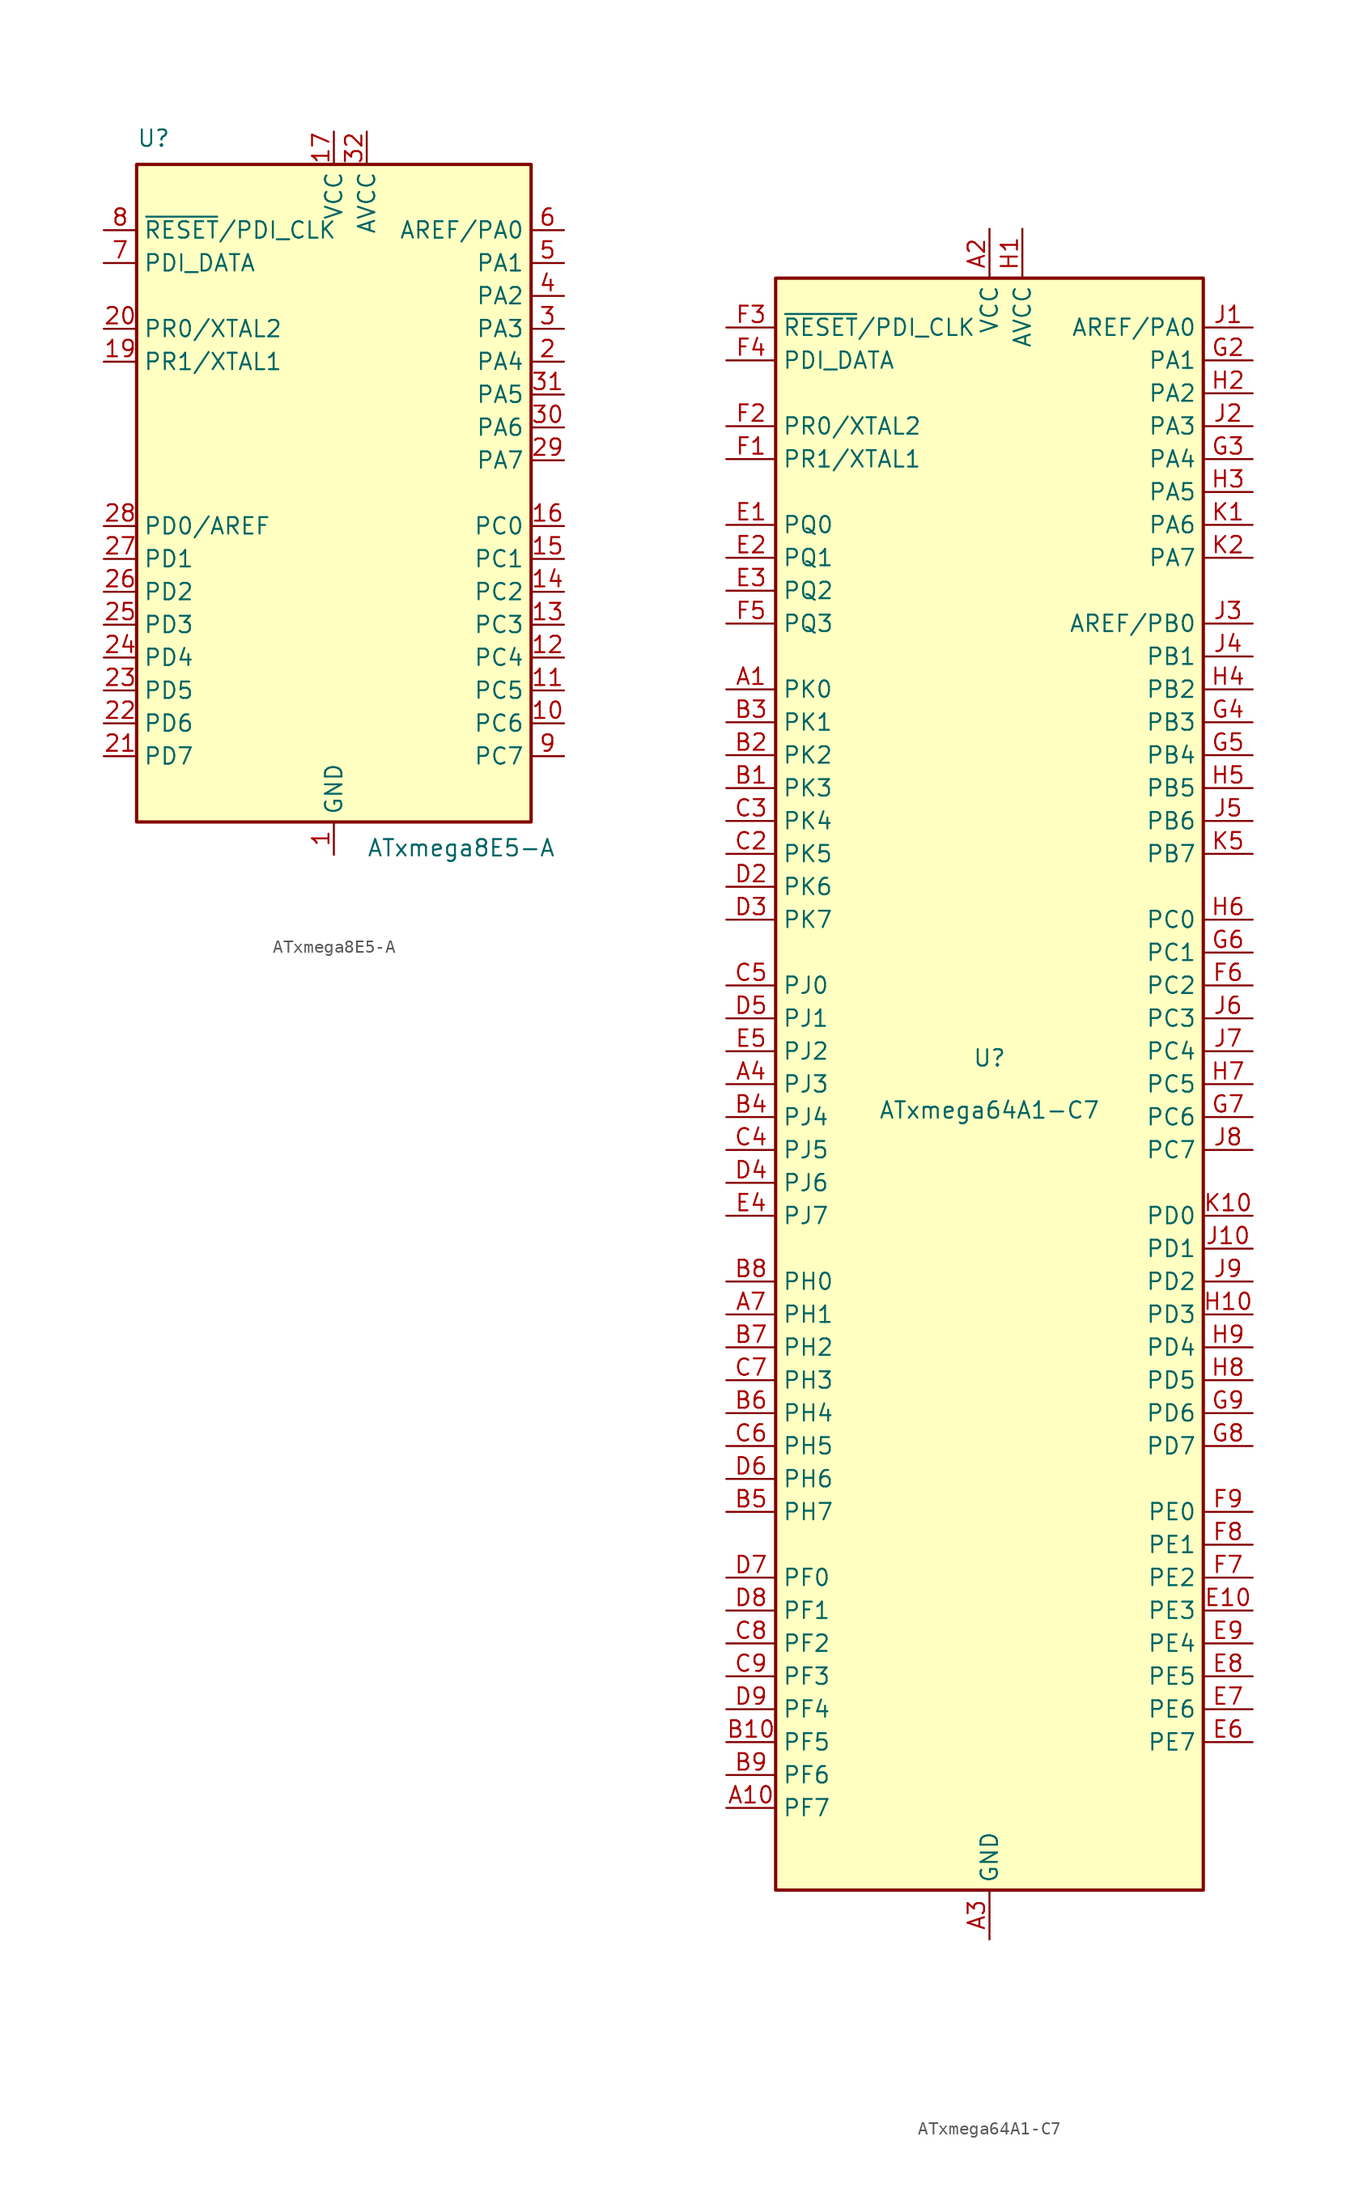
<source format=kicad_sym>
(kicad_symbol_lib
  (version 20201005)
  (generator kicad_symbol_editor)
  (symbol "ATxmega8E5-A"
    (property "Reference" "U"
      (at -15.24 26.67 0)
      (effects (font (size 1.27 1.27)) (justify left bottom)))
    (property "Value" "ATxmega8E5-A"
      (at 2.54 -26.67 0)
      (effects (font (size 1.27 1.27)) (justify left top)))
    (symbol "ATxmega8E5-A_0_1"
      (rectangle (start -15.24 -25.4) (end 15.24 25.4) (stroke (width 0.254)) (fill (type background))))
    (symbol "ATxmega8E5-A_1_1"
      (pin power_in line (at 0 -27.94 90) (length 2.54) (name "GND" (effects (font (size 1.27 1.27)))) (number "1" (effects (font (size 1.27 1.27)))))
      (pin bidirectional line (at 17.78 -17.78 180) (length 2.54) (name "PC6" (effects (font (size 1.27 1.27)))) (number "10" (effects (font (size 1.27 1.27)))))
      (pin bidirectional line (at 17.78 -15.24 180) (length 2.54) (name "PC5" (effects (font (size 1.27 1.27)))) (number "11" (effects (font (size 1.27 1.27)))))
      (pin bidirectional line (at 17.78 -12.7 180) (length 2.54) (name "PC4" (effects (font (size 1.27 1.27)))) (number "12" (effects (font (size 1.27 1.27)))))
      (pin bidirectional line (at 17.78 -10.16 180) (length 2.54) (name "PC3" (effects (font (size 1.27 1.27)))) (number "13" (effects (font (size 1.27 1.27)))))
      (pin bidirectional line (at 17.78 -7.62 180) (length 2.54) (name "PC2" (effects (font (size 1.27 1.27)))) (number "14" (effects (font (size 1.27 1.27)))))
      (pin bidirectional line (at 17.78 -5.08 180) (length 2.54) (name "PC1" (effects (font (size 1.27 1.27)))) (number "15" (effects (font (size 1.27 1.27)))))
      (pin bidirectional line (at 17.78 -2.54 180) (length 2.54) (name "PC0" (effects (font (size 1.27 1.27)))) (number "16" (effects (font (size 1.27 1.27)))))
      (pin power_in line (at 0 27.94 270) (length 2.54) (name "VCC" (effects (font (size 1.27 1.27)))) (number "17" (effects (font (size 1.27 1.27)))))
      (pin passive line (at 0 -27.94 90) (length 2.54) hide (name "GND" (effects (font (size 1.27 1.27)))) (number "18" (effects (font (size 1.27 1.27)))))
      (pin bidirectional line (at -17.78 10.16 0) (length 2.54) (name "PR1/XTAL1" (effects (font (size 1.27 1.27)))) (number "19" (effects (font (size 1.27 1.27)))))
      (pin bidirectional line (at 17.78 10.16 180) (length 2.54) (name "PA4" (effects (font (size 1.27 1.27)))) (number "2" (effects (font (size 1.27 1.27)))))
      (pin bidirectional line (at -17.78 12.7 0) (length 2.54) (name "PR0/XTAL2" (effects (font (size 1.27 1.27)))) (number "20" (effects (font (size 1.27 1.27)))))
      (pin bidirectional line (at -17.78 -20.32 0) (length 2.54) (name "PD7" (effects (font (size 1.27 1.27)))) (number "21" (effects (font (size 1.27 1.27)))))
      (pin bidirectional line (at -17.78 -17.78 0) (length 2.54) (name "PD6" (effects (font (size 1.27 1.27)))) (number "22" (effects (font (size 1.27 1.27)))))
      (pin bidirectional line (at -17.78 -15.24 0) (length 2.54) (name "PD5" (effects (font (size 1.27 1.27)))) (number "23" (effects (font (size 1.27 1.27)))))
      (pin bidirectional line (at -17.78 -12.7 0) (length 2.54) (name "PD4" (effects (font (size 1.27 1.27)))) (number "24" (effects (font (size 1.27 1.27)))))
      (pin bidirectional line (at -17.78 -10.16 0) (length 2.54) (name "PD3" (effects (font (size 1.27 1.27)))) (number "25" (effects (font (size 1.27 1.27)))))
      (pin bidirectional line (at -17.78 -7.62 0) (length 2.54) (name "PD2" (effects (font (size 1.27 1.27)))) (number "26" (effects (font (size 1.27 1.27)))))
      (pin bidirectional line (at -17.78 -5.08 0) (length 2.54) (name "PD1" (effects (font (size 1.27 1.27)))) (number "27" (effects (font (size 1.27 1.27)))))
      (pin bidirectional line (at -17.78 -2.54 0) (length 2.54) (name "PD0/AREF" (effects (font (size 1.27 1.27)))) (number "28" (effects (font (size 1.27 1.27)))))
      (pin bidirectional line (at 17.78 2.54 180) (length 2.54) (name "PA7" (effects (font (size 1.27 1.27)))) (number "29" (effects (font (size 1.27 1.27)))))
      (pin bidirectional line (at 17.78 12.7 180) (length 2.54) (name "PA3" (effects (font (size 1.27 1.27)))) (number "3" (effects (font (size 1.27 1.27)))))
      (pin bidirectional line (at 17.78 5.08 180) (length 2.54) (name "PA6" (effects (font (size 1.27 1.27)))) (number "30" (effects (font (size 1.27 1.27)))))
      (pin bidirectional line (at 17.78 7.62 180) (length 2.54) (name "PA5" (effects (font (size 1.27 1.27)))) (number "31" (effects (font (size 1.27 1.27)))))
      (pin power_in line (at 2.54 27.94 270) (length 2.54) (name "AVCC" (effects (font (size 1.27 1.27)))) (number "32" (effects (font (size 1.27 1.27)))))
      (pin bidirectional line (at 17.78 15.24 180) (length 2.54) (name "PA2" (effects (font (size 1.27 1.27)))) (number "4" (effects (font (size 1.27 1.27)))))
      (pin bidirectional line (at 17.78 17.78 180) (length 2.54) (name "PA1" (effects (font (size 1.27 1.27)))) (number "5" (effects (font (size 1.27 1.27)))))
      (pin bidirectional line (at 17.78 20.32 180) (length 2.54) (name "AREF/PA0" (effects (font (size 1.27 1.27)))) (number "6" (effects (font (size 1.27 1.27)))))
      (pin bidirectional line (at -17.78 17.78 0) (length 2.54) (name "PDI_DATA" (effects (font (size 1.27 1.27)))) (number "7" (effects (font (size 1.27 1.27)))))
      (pin input line (at -17.78 20.32 0) (length 2.54) (name "~RESET~/PDI_CLK" (effects (font (size 1.27 1.27)))) (number "8" (effects (font (size 1.27 1.27)))))
      (pin bidirectional line (at 17.78 -20.32 180) (length 2.54) (name "PC7" (effects (font (size 1.27 1.27)))) (number "9" (effects (font (size 1.27 1.27)))))))
  (symbol "ATxmega64A1-C7"
    (property "Reference" "U"
      (at 0 1.27 0)
      (effects (font (size 1.27 1.27)) (justify bottom)))
    (property "Value" "ATxmega64A1-C7"
      (at 0 -1.27 0)
      (effects (font (size 1.27 1.27)) (justify top)))
    (symbol "ATxmega64A1-C7_0_1"
      (rectangle (start -16.51 -62.23) (end 16.51 62.23) (stroke (width 0.254)) (fill (type background))))
    (symbol "ATxmega64A1-C7_1_1"
      (pin bidirectional line (at -20.32 30.48 0) (length 3.81) (name "PK0" (effects (font (size 1.27 1.27)))) (number "A1" (effects (font (size 1.27 1.27)))))
      (pin bidirectional line (at -20.32 -55.88 0) (length 3.81) (name "PF7" (effects (font (size 1.27 1.27)))) (number "A10" (effects (font (size 1.27 1.27)))))
      (pin power_in line (at 0 66.04 270) (length 3.81) (name "VCC" (effects (font (size 1.27 1.27)))) (number "A2" (effects (font (size 1.27 1.27)))))
      (pin power_in line (at 0 -66.04 90) (length 3.81) (name "GND" (effects (font (size 1.27 1.27)))) (number "A3" (effects (font (size 1.27 1.27)))))
      (pin bidirectional line (at -20.32 0 0) (length 3.81) (name "PJ3" (effects (font (size 1.27 1.27)))) (number "A4" (effects (font (size 1.27 1.27)))))
      (pin passive line (at 0 66.04 270) (length 3.81) hide (name "VCC" (effects (font (size 1.27 1.27)))) (number "A5" (effects (font (size 1.27 1.27)))))
      (pin passive line (at 0 -66.04 90) (length 3.81) hide (name "GND" (effects (font (size 1.27 1.27)))) (number "A6" (effects (font (size 1.27 1.27)))))
      (pin bidirectional line (at -20.32 -17.78 0) (length 3.81) (name "PH1" (effects (font (size 1.27 1.27)))) (number "A7" (effects (font (size 1.27 1.27)))))
      (pin passive line (at 0 -66.04 90) (length 3.81) hide (name "GND" (effects (font (size 1.27 1.27)))) (number "A8" (effects (font (size 1.27 1.27)))))
      (pin passive line (at 0 66.04 270) (length 3.81) hide (name "VCC" (effects (font (size 1.27 1.27)))) (number "A9" (effects (font (size 1.27 1.27)))))
      (pin bidirectional line (at -20.32 22.86 0) (length 3.81) (name "PK3" (effects (font (size 1.27 1.27)))) (number "B1" (effects (font (size 1.27 1.27)))))
      (pin bidirectional line (at -20.32 -50.8 0) (length 3.81) (name "PF5" (effects (font (size 1.27 1.27)))) (number "B10" (effects (font (size 1.27 1.27)))))
      (pin bidirectional line (at -20.32 25.4 0) (length 3.81) (name "PK2" (effects (font (size 1.27 1.27)))) (number "B2" (effects (font (size 1.27 1.27)))))
      (pin bidirectional line (at -20.32 27.94 0) (length 3.81) (name "PK1" (effects (font (size 1.27 1.27)))) (number "B3" (effects (font (size 1.27 1.27)))))
      (pin bidirectional line (at -20.32 -2.54 0) (length 3.81) (name "PJ4" (effects (font (size 1.27 1.27)))) (number "B4" (effects (font (size 1.27 1.27)))))
      (pin bidirectional line (at -20.32 -33.02 0) (length 3.81) (name "PH7" (effects (font (size 1.27 1.27)))) (number "B5" (effects (font (size 1.27 1.27)))))
      (pin bidirectional line (at -20.32 -25.4 0) (length 3.81) (name "PH4" (effects (font (size 1.27 1.27)))) (number "B6" (effects (font (size 1.27 1.27)))))
      (pin bidirectional line (at -20.32 -20.32 0) (length 3.81) (name "PH2" (effects (font (size 1.27 1.27)))) (number "B7" (effects (font (size 1.27 1.27)))))
      (pin bidirectional line (at -20.32 -15.24 0) (length 3.81) (name "PH0" (effects (font (size 1.27 1.27)))) (number "B8" (effects (font (size 1.27 1.27)))))
      (pin bidirectional line (at -20.32 -53.34 0) (length 3.81) (name "PF6" (effects (font (size 1.27 1.27)))) (number "B9" (effects (font (size 1.27 1.27)))))
      (pin passive line (at 0 66.04 270) (length 3.81) hide (name "VCC" (effects (font (size 1.27 1.27)))) (number "C1" (effects (font (size 1.27 1.27)))))
      (pin passive line (at 0 66.04 270) (length 3.81) hide (name "VCC" (effects (font (size 1.27 1.27)))) (number "C10" (effects (font (size 1.27 1.27)))))
      (pin bidirectional line (at -20.32 17.78 0) (length 3.81) (name "PK5" (effects (font (size 1.27 1.27)))) (number "C2" (effects (font (size 1.27 1.27)))))
      (pin bidirectional line (at -20.32 20.32 0) (length 3.81) (name "PK4" (effects (font (size 1.27 1.27)))) (number "C3" (effects (font (size 1.27 1.27)))))
      (pin bidirectional line (at -20.32 -5.08 0) (length 3.81) (name "PJ5" (effects (font (size 1.27 1.27)))) (number "C4" (effects (font (size 1.27 1.27)))))
      (pin bidirectional line (at -20.32 7.62 0) (length 3.81) (name "PJ0" (effects (font (size 1.27 1.27)))) (number "C5" (effects (font (size 1.27 1.27)))))
      (pin bidirectional line (at -20.32 -27.94 0) (length 3.81) (name "PH5" (effects (font (size 1.27 1.27)))) (number "C6" (effects (font (size 1.27 1.27)))))
      (pin bidirectional line (at -20.32 -22.86 0) (length 3.81) (name "PH3" (effects (font (size 1.27 1.27)))) (number "C7" (effects (font (size 1.27 1.27)))))
      (pin bidirectional line (at -20.32 -43.18 0) (length 3.81) (name "PF2" (effects (font (size 1.27 1.27)))) (number "C8" (effects (font (size 1.27 1.27)))))
      (pin bidirectional line (at -20.32 -45.72 0) (length 3.81) (name "PF3" (effects (font (size 1.27 1.27)))) (number "C9" (effects (font (size 1.27 1.27)))))
      (pin passive line (at 0 -66.04 90) (length 3.81) hide (name "GND" (effects (font (size 1.27 1.27)))) (number "D1" (effects (font (size 1.27 1.27)))))
      (pin passive line (at 0 -66.04 90) (length 3.81) hide (name "GND" (effects (font (size 1.27 1.27)))) (number "D10" (effects (font (size 1.27 1.27)))))
      (pin bidirectional line (at -20.32 15.24 0) (length 3.81) (name "PK6" (effects (font (size 1.27 1.27)))) (number "D2" (effects (font (size 1.27 1.27)))))
      (pin bidirectional line (at -20.32 12.7 0) (length 3.81) (name "PK7" (effects (font (size 1.27 1.27)))) (number "D3" (effects (font (size 1.27 1.27)))))
      (pin bidirectional line (at -20.32 -7.62 0) (length 3.81) (name "PJ6" (effects (font (size 1.27 1.27)))) (number "D4" (effects (font (size 1.27 1.27)))))
      (pin bidirectional line (at -20.32 5.08 0) (length 3.81) (name "PJ1" (effects (font (size 1.27 1.27)))) (number "D5" (effects (font (size 1.27 1.27)))))
      (pin bidirectional line (at -20.32 -30.48 0) (length 3.81) (name "PH6" (effects (font (size 1.27 1.27)))) (number "D6" (effects (font (size 1.27 1.27)))))
      (pin bidirectional line (at -20.32 -38.1 0) (length 3.81) (name "PF0" (effects (font (size 1.27 1.27)))) (number "D7" (effects (font (size 1.27 1.27)))))
      (pin bidirectional line (at -20.32 -40.64 0) (length 3.81) (name "PF1" (effects (font (size 1.27 1.27)))) (number "D8" (effects (font (size 1.27 1.27)))))
      (pin bidirectional line (at -20.32 -48.26 0) (length 3.81) (name "PF4" (effects (font (size 1.27 1.27)))) (number "D9" (effects (font (size 1.27 1.27)))))
      (pin bidirectional line (at -20.32 43.18 0) (length 3.81) (name "PQ0" (effects (font (size 1.27 1.27)))) (number "E1" (effects (font (size 1.27 1.27)))))
      (pin bidirectional line (at 20.32 -40.64 180) (length 3.81) (name "PE3" (effects (font (size 1.27 1.27)))) (number "E10" (effects (font (size 1.27 1.27)))))
      (pin bidirectional line (at -20.32 40.64 0) (length 3.81) (name "PQ1" (effects (font (size 1.27 1.27)))) (number "E2" (effects (font (size 1.27 1.27)))))
      (pin bidirectional line (at -20.32 38.1 0) (length 3.81) (name "PQ2" (effects (font (size 1.27 1.27)))) (number "E3" (effects (font (size 1.27 1.27)))))
      (pin bidirectional line (at -20.32 -10.16 0) (length 3.81) (name "PJ7" (effects (font (size 1.27 1.27)))) (number "E4" (effects (font (size 1.27 1.27)))))
      (pin bidirectional line (at -20.32 2.54 0) (length 3.81) (name "PJ2" (effects (font (size 1.27 1.27)))) (number "E5" (effects (font (size 1.27 1.27)))))
      (pin bidirectional line (at 20.32 -50.8 180) (length 3.81) (name "PE7" (effects (font (size 1.27 1.27)))) (number "E6" (effects (font (size 1.27 1.27)))))
      (pin bidirectional line (at 20.32 -48.26 180) (length 3.81) (name "PE6" (effects (font (size 1.27 1.27)))) (number "E7" (effects (font (size 1.27 1.27)))))
      (pin bidirectional line (at 20.32 -45.72 180) (length 3.81) (name "PE5" (effects (font (size 1.27 1.27)))) (number "E8" (effects (font (size 1.27 1.27)))))
      (pin bidirectional line (at 20.32 -43.18 180) (length 3.81) (name "PE4" (effects (font (size 1.27 1.27)))) (number "E9" (effects (font (size 1.27 1.27)))))
      (pin bidirectional line (at -20.32 48.26 0) (length 3.81) (name "PR1/XTAL1" (effects (font (size 1.27 1.27)))) (number "F1" (effects (font (size 1.27 1.27)))))
      (pin passive line (at 0 66.04 270) (length 3.81) hide (name "VCC" (effects (font (size 1.27 1.27)))) (number "F10" (effects (font (size 1.27 1.27)))))
      (pin bidirectional line (at -20.32 50.8 0) (length 3.81) (name "PR0/XTAL2" (effects (font (size 1.27 1.27)))) (number "F2" (effects (font (size 1.27 1.27)))))
      (pin input line (at -20.32 58.42 0) (length 3.81) (name "~RESET~/PDI_CLK" (effects (font (size 1.27 1.27)))) (number "F3" (effects (font (size 1.27 1.27)))))
      (pin bidirectional line (at -20.32 55.88 0) (length 3.81) (name "PDI_DATA" (effects (font (size 1.27 1.27)))) (number "F4" (effects (font (size 1.27 1.27)))))
      (pin bidirectional line (at -20.32 35.56 0) (length 3.81) (name "PQ3" (effects (font (size 1.27 1.27)))) (number "F5" (effects (font (size 1.27 1.27)))))
      (pin bidirectional line (at 20.32 7.62 180) (length 3.81) (name "PC2" (effects (font (size 1.27 1.27)))) (number "F6" (effects (font (size 1.27 1.27)))))
      (pin bidirectional line (at 20.32 -38.1 180) (length 3.81) (name "PE2" (effects (font (size 1.27 1.27)))) (number "F7" (effects (font (size 1.27 1.27)))))
      (pin bidirectional line (at 20.32 -35.56 180) (length 3.81) (name "PE1" (effects (font (size 1.27 1.27)))) (number "F8" (effects (font (size 1.27 1.27)))))
      (pin bidirectional line (at 20.32 -33.02 180) (length 3.81) (name "PE0" (effects (font (size 1.27 1.27)))) (number "F9" (effects (font (size 1.27 1.27)))))
      (pin passive line (at 0 -66.04 90) (length 3.81) hide (name "GND" (effects (font (size 1.27 1.27)))) (number "G1" (effects (font (size 1.27 1.27)))))
      (pin passive line (at 0 -66.04 90) (length 3.81) hide (name "GND" (effects (font (size 1.27 1.27)))) (number "G10" (effects (font (size 1.27 1.27)))))
      (pin bidirectional line (at 20.32 55.88 180) (length 3.81) (name "PA1" (effects (font (size 1.27 1.27)))) (number "G2" (effects (font (size 1.27 1.27)))))
      (pin bidirectional line (at 20.32 48.26 180) (length 3.81) (name "PA4" (effects (font (size 1.27 1.27)))) (number "G3" (effects (font (size 1.27 1.27)))))
      (pin bidirectional line (at 20.32 27.94 180) (length 3.81) (name "PB3" (effects (font (size 1.27 1.27)))) (number "G4" (effects (font (size 1.27 1.27)))))
      (pin bidirectional line (at 20.32 25.4 180) (length 3.81) (name "PB4" (effects (font (size 1.27 1.27)))) (number "G5" (effects (font (size 1.27 1.27)))))
      (pin bidirectional line (at 20.32 10.16 180) (length 3.81) (name "PC1" (effects (font (size 1.27 1.27)))) (number "G6" (effects (font (size 1.27 1.27)))))
      (pin bidirectional line (at 20.32 -2.54 180) (length 3.81) (name "PC6" (effects (font (size 1.27 1.27)))) (number "G7" (effects (font (size 1.27 1.27)))))
      (pin bidirectional line (at 20.32 -27.94 180) (length 3.81) (name "PD7" (effects (font (size 1.27 1.27)))) (number "G8" (effects (font (size 1.27 1.27)))))
      (pin bidirectional line (at 20.32 -25.4 180) (length 3.81) (name "PD6" (effects (font (size 1.27 1.27)))) (number "G9" (effects (font (size 1.27 1.27)))))
      (pin power_in line (at 2.54 66.04 270) (length 3.81) (name "AVCC" (effects (font (size 1.27 1.27)))) (number "H1" (effects (font (size 1.27 1.27)))))
      (pin bidirectional line (at 20.32 -17.78 180) (length 3.81) (name "PD3" (effects (font (size 1.27 1.27)))) (number "H10" (effects (font (size 1.27 1.27)))))
      (pin bidirectional line (at 20.32 53.34 180) (length 3.81) (name "PA2" (effects (font (size 1.27 1.27)))) (number "H2" (effects (font (size 1.27 1.27)))))
      (pin bidirectional line (at 20.32 45.72 180) (length 3.81) (name "PA5" (effects (font (size 1.27 1.27)))) (number "H3" (effects (font (size 1.27 1.27)))))
      (pin bidirectional line (at 20.32 30.48 180) (length 3.81) (name "PB2" (effects (font (size 1.27 1.27)))) (number "H4" (effects (font (size 1.27 1.27)))))
      (pin bidirectional line (at 20.32 22.86 180) (length 3.81) (name "PB5" (effects (font (size 1.27 1.27)))) (number "H5" (effects (font (size 1.27 1.27)))))
      (pin bidirectional line (at 20.32 12.7 180) (length 3.81) (name "PC0" (effects (font (size 1.27 1.27)))) (number "H6" (effects (font (size 1.27 1.27)))))
      (pin bidirectional line (at 20.32 0 180) (length 3.81) (name "PC5" (effects (font (size 1.27 1.27)))) (number "H7" (effects (font (size 1.27 1.27)))))
      (pin bidirectional line (at 20.32 -22.86 180) (length 3.81) (name "PD5" (effects (font (size 1.27 1.27)))) (number "H8" (effects (font (size 1.27 1.27)))))
      (pin bidirectional line (at 20.32 -20.32 180) (length 3.81) (name "PD4" (effects (font (size 1.27 1.27)))) (number "H9" (effects (font (size 1.27 1.27)))))
      (pin bidirectional line (at 20.32 58.42 180) (length 3.81) (name "AREF/PA0" (effects (font (size 1.27 1.27)))) (number "J1" (effects (font (size 1.27 1.27)))))
      (pin bidirectional line (at 20.32 -12.7 180) (length 3.81) (name "PD1" (effects (font (size 1.27 1.27)))) (number "J10" (effects (font (size 1.27 1.27)))))
      (pin bidirectional line (at 20.32 50.8 180) (length 3.81) (name "PA3" (effects (font (size 1.27 1.27)))) (number "J2" (effects (font (size 1.27 1.27)))))
      (pin bidirectional line (at 20.32 35.56 180) (length 3.81) (name "AREF/PB0" (effects (font (size 1.27 1.27)))) (number "J3" (effects (font (size 1.27 1.27)))))
      (pin bidirectional line (at 20.32 33.02 180) (length 3.81) (name "PB1" (effects (font (size 1.27 1.27)))) (number "J4" (effects (font (size 1.27 1.27)))))
      (pin bidirectional line (at 20.32 20.32 180) (length 3.81) (name "PB6" (effects (font (size 1.27 1.27)))) (number "J5" (effects (font (size 1.27 1.27)))))
      (pin bidirectional line (at 20.32 5.08 180) (length 3.81) (name "PC3" (effects (font (size 1.27 1.27)))) (number "J6" (effects (font (size 1.27 1.27)))))
      (pin bidirectional line (at 20.32 2.54 180) (length 3.81) (name "PC4" (effects (font (size 1.27 1.27)))) (number "J7" (effects (font (size 1.27 1.27)))))
      (pin bidirectional line (at 20.32 -5.08 180) (length 3.81) (name "PC7" (effects (font (size 1.27 1.27)))) (number "J8" (effects (font (size 1.27 1.27)))))
      (pin bidirectional line (at 20.32 -15.24 180) (length 3.81) (name "PD2" (effects (font (size 1.27 1.27)))) (number "J9" (effects (font (size 1.27 1.27)))))
      (pin bidirectional line (at 20.32 43.18 180) (length 3.81) (name "PA6" (effects (font (size 1.27 1.27)))) (number "K1" (effects (font (size 1.27 1.27)))))
      (pin bidirectional line (at 20.32 -10.16 180) (length 3.81) (name "PD0" (effects (font (size 1.27 1.27)))) (number "K10" (effects (font (size 1.27 1.27)))))
      (pin bidirectional line (at 20.32 40.64 180) (length 3.81) (name "PA7" (effects (font (size 1.27 1.27)))) (number "K2" (effects (font (size 1.27 1.27)))))
      (pin passive line (at 0 -66.04 90) (length 3.81) hide (name "GND" (effects (font (size 1.27 1.27)))) (number "K3" (effects (font (size 1.27 1.27)))))
      (pin passive line (at 2.54 66.04 270) (length 3.81) hide (name "AVCC" (effects (font (size 1.27 1.27)))) (number "K4" (effects (font (size 1.27 1.27)))))
      (pin bidirectional line (at 20.32 17.78 180) (length 3.81) (name "PB7" (effects (font (size 1.27 1.27)))) (number "K5" (effects (font (size 1.27 1.27)))))
      (pin passive line (at 0 66.04 270) (length 3.81) hide (name "VCC" (effects (font (size 1.27 1.27)))) (number "K6" (effects (font (size 1.27 1.27)))))
      (pin passive line (at 0 -66.04 90) (length 3.81) hide (name "GND" (effects (font (size 1.27 1.27)))) (number "K7" (effects (font (size 1.27 1.27)))))
      (pin passive line (at 0 66.04 270) (length 3.81) hide (name "VCC" (effects (font (size 1.27 1.27)))) (number "K8" (effects (font (size 1.27 1.27)))))
      (pin passive line (at 0 -66.04 90) (length 3.81) hide (name "GND" (effects (font (size 1.27 1.27)))) (number "K9" (effects (font (size 1.27 1.27))))))))
</source>
